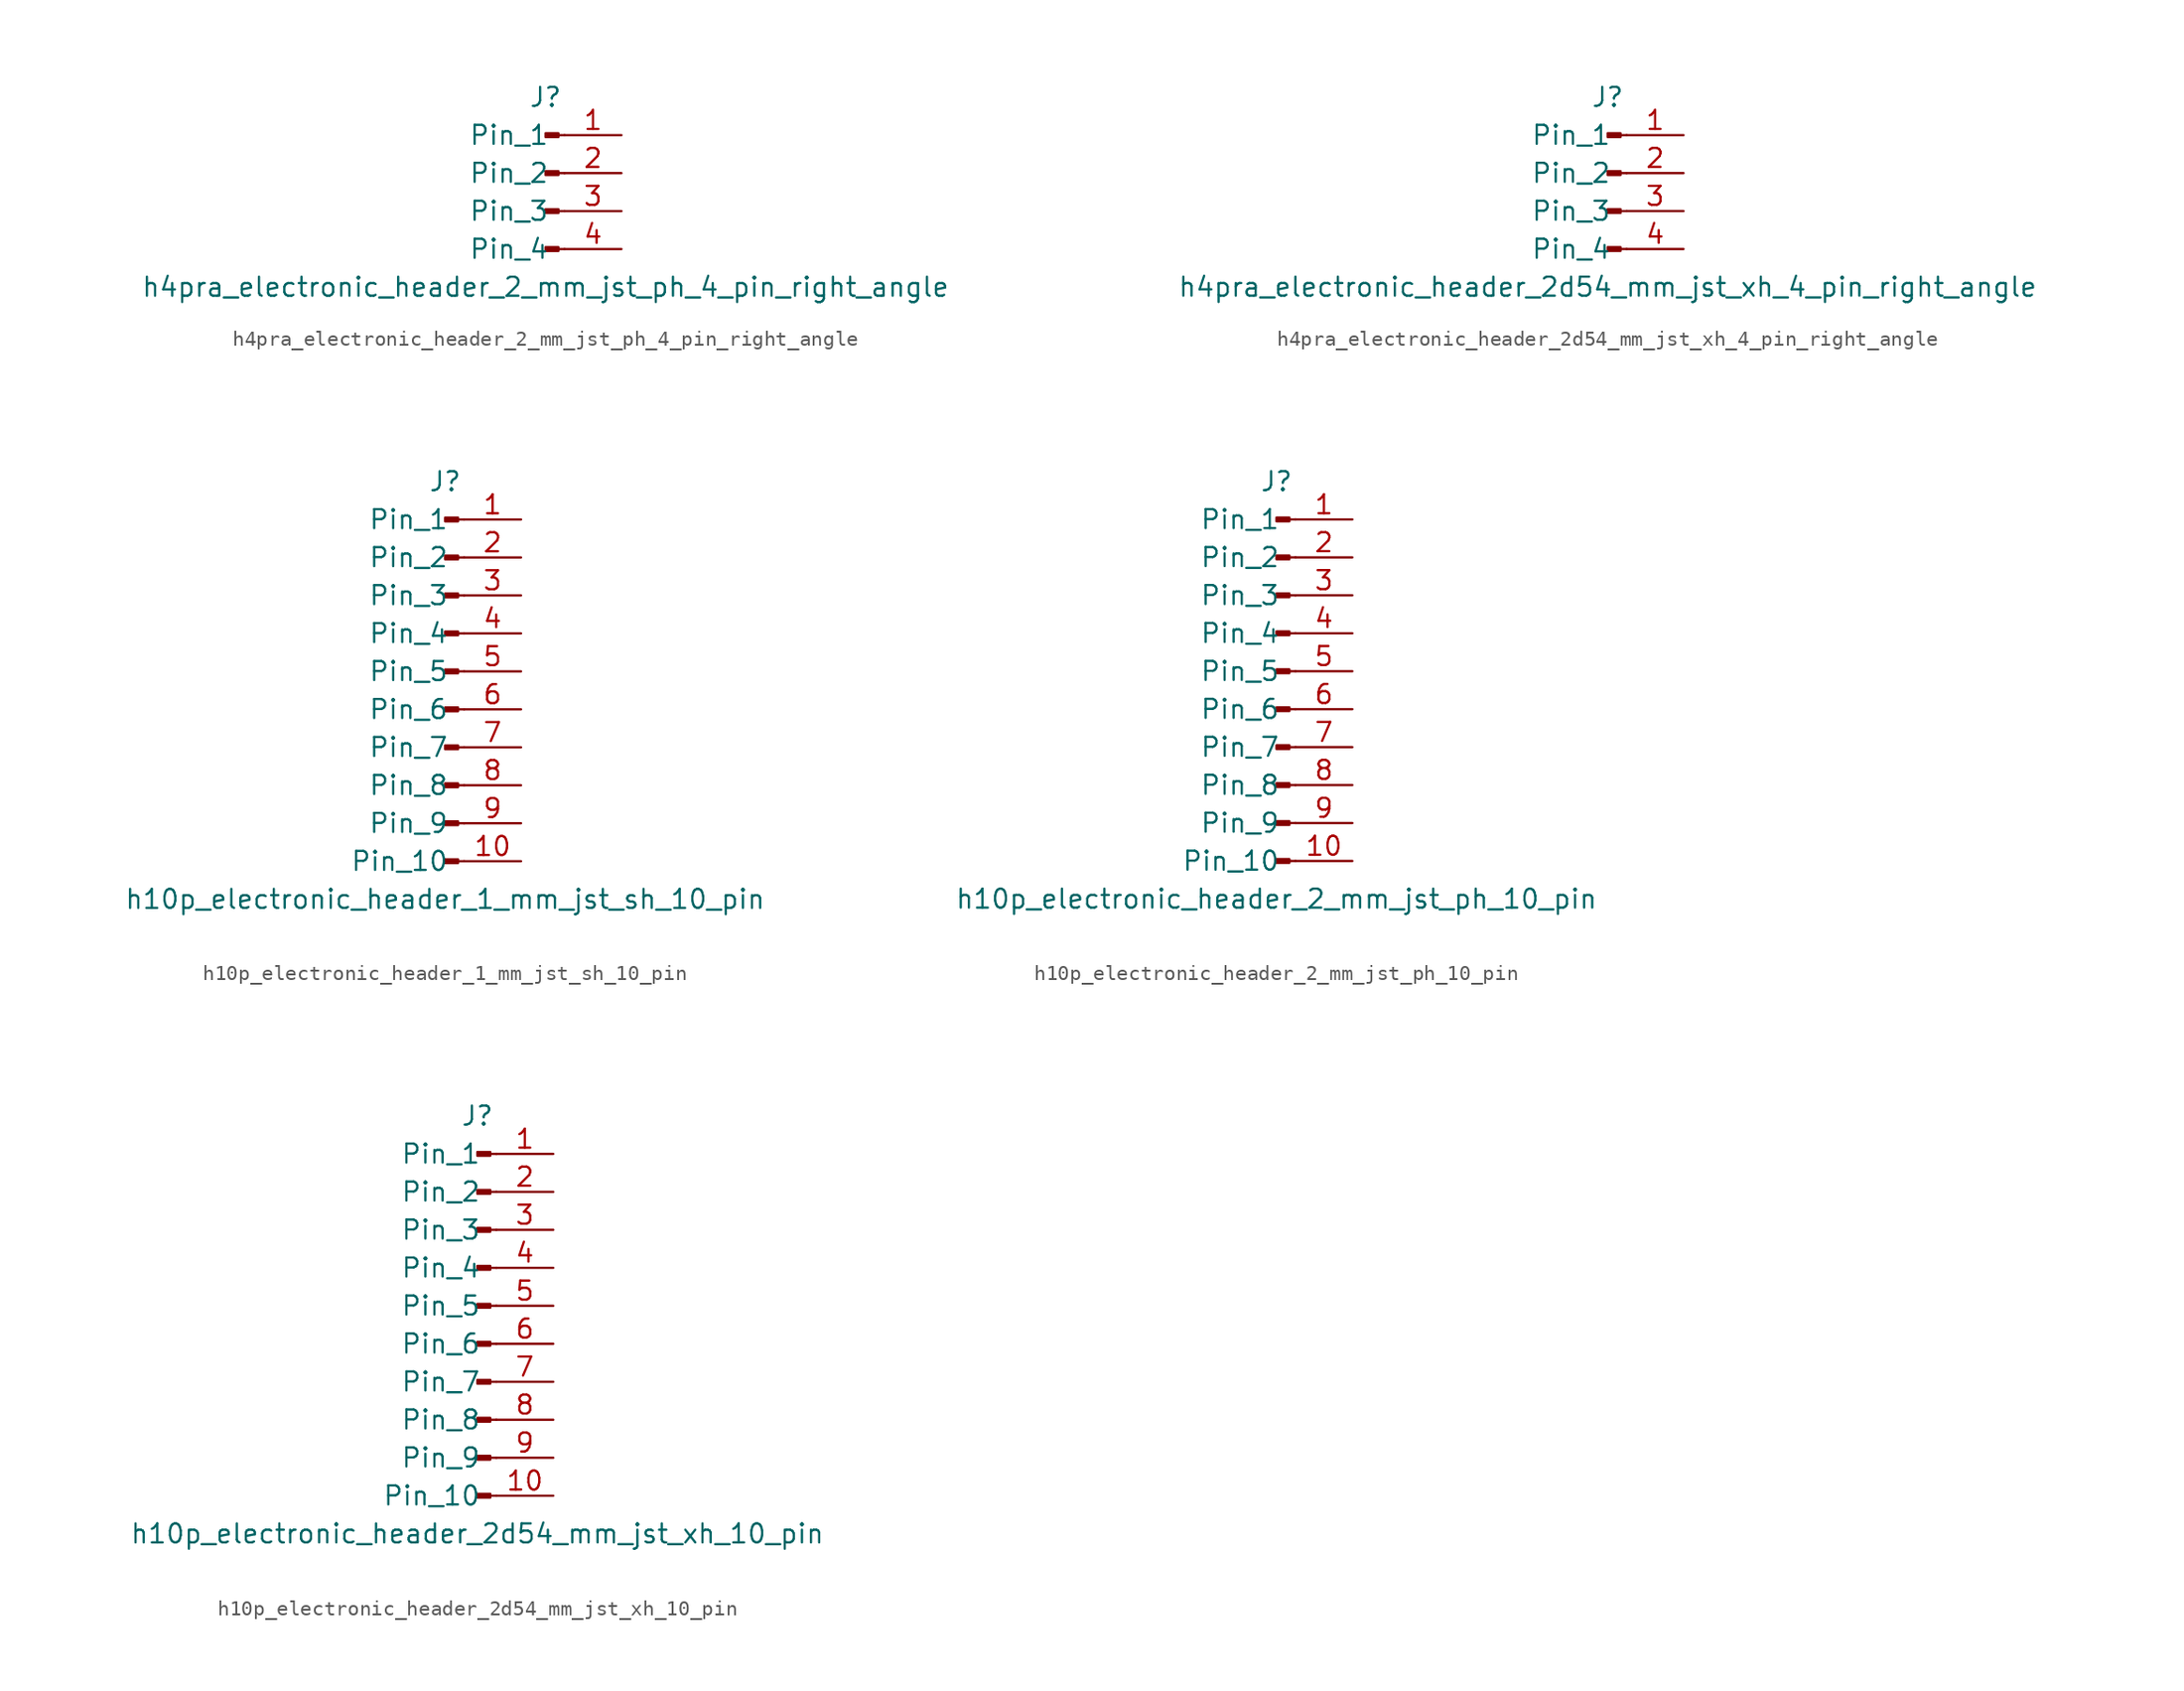
<source format=kicad_sym>
(kicad_symbol_lib
  (version 20220914)
  (generator kicad_symbol_editor)
  (symbol "h4pra_electronic_header_2_mm_jst_ph_4_pin_right_angle"
    (pin_names
      (offset 1.016))
    (property "Reference" "J"
      (at 0 5.08 0)
      (effects (font (size 1.27 1.27))))
    (property "Value" "h4pra_electronic_header_2_mm_jst_ph_4_pin_right_angle"
      (at 0 -7.62 0)
      (effects (font (size 1.27 1.27))))
    (property "ki_locked" ""
      (at 0 0 0)
      (effects (font (size 1.27 1.27))))
    (symbol "h4pra_electronic_header_2_mm_jst_ph_4_pin_right_angle_1_1"
      (polyline (pts (xy 1.27 -5.08) (xy 0.864 -5.08)) (stroke (width 0.152) (type default)) (fill (type none)))
      (polyline (pts (xy 1.27 -2.54) (xy 0.864 -2.54)) (stroke (width 0.152) (type default)) (fill (type none)))
      (polyline (pts (xy 1.27 0) (xy 0.864 0)) (stroke (width 0.152) (type default)) (fill (type none)))
      (polyline (pts (xy 1.27 2.54) (xy 0.864 2.54)) (stroke (width 0.152) (type default)) (fill (type none)))
      (rectangle (start 0.864 -4.953) (end 0 -5.207) (stroke (width 0.152) (type default)) (fill (type outline)))
      (rectangle (start 0.864 -2.413) (end 0 -2.667) (stroke (width 0.152) (type default)) (fill (type outline)))
      (rectangle (start 0.864 0.127) (end 0 -0.127) (stroke (width 0.152) (type default)) (fill (type outline)))
      (rectangle (start 0.864 2.667) (end 0 2.413) (stroke (width 0.152) (type default)) (fill (type outline)))
      (pin passive line (at 5.08 2.54 180) (length 3.81) (name "Pin_1" (effects (font (size 1.27 1.27)))) (number "1" (effects (font (size 1.27 1.27)))))
      (pin passive line (at 5.08 0 180) (length 3.81) (name "Pin_2" (effects (font (size 1.27 1.27)))) (number "2" (effects (font (size 1.27 1.27)))))
      (pin passive line (at 5.08 -2.54 180) (length 3.81) (name "Pin_3" (effects (font (size 1.27 1.27)))) (number "3" (effects (font (size 1.27 1.27)))))
      (pin passive line (at 5.08 -5.08 180) (length 3.81) (name "Pin_4" (effects (font (size 1.27 1.27)))) (number "4" (effects (font (size 1.27 1.27)))))))
  (symbol "h4pra_electronic_header_2d54_mm_jst_xh_4_pin_right_angle"
    (pin_names
      (offset 1.016))
    (property "Reference" "J"
      (at 0 5.08 0)
      (effects (font (size 1.27 1.27))))
    (property "Value" "h4pra_electronic_header_2d54_mm_jst_xh_4_pin_right_angle"
      (at 0 -7.62 0)
      (effects (font (size 1.27 1.27))))
    (property "ki_locked" ""
      (at 0 0 0)
      (effects (font (size 1.27 1.27))))
    (symbol "h4pra_electronic_header_2d54_mm_jst_xh_4_pin_right_angle_1_1"
      (polyline (pts (xy 1.27 -5.08) (xy 0.864 -5.08)) (stroke (width 0.152) (type default)) (fill (type none)))
      (polyline (pts (xy 1.27 -2.54) (xy 0.864 -2.54)) (stroke (width 0.152) (type default)) (fill (type none)))
      (polyline (pts (xy 1.27 0) (xy 0.864 0)) (stroke (width 0.152) (type default)) (fill (type none)))
      (polyline (pts (xy 1.27 2.54) (xy 0.864 2.54)) (stroke (width 0.152) (type default)) (fill (type none)))
      (rectangle (start 0.864 -4.953) (end 0 -5.207) (stroke (width 0.152) (type default)) (fill (type outline)))
      (rectangle (start 0.864 -2.413) (end 0 -2.667) (stroke (width 0.152) (type default)) (fill (type outline)))
      (rectangle (start 0.864 0.127) (end 0 -0.127) (stroke (width 0.152) (type default)) (fill (type outline)))
      (rectangle (start 0.864 2.667) (end 0 2.413) (stroke (width 0.152) (type default)) (fill (type outline)))
      (pin passive line (at 5.08 2.54 180) (length 3.81) (name "Pin_1" (effects (font (size 1.27 1.27)))) (number "1" (effects (font (size 1.27 1.27)))))
      (pin passive line (at 5.08 0 180) (length 3.81) (name "Pin_2" (effects (font (size 1.27 1.27)))) (number "2" (effects (font (size 1.27 1.27)))))
      (pin passive line (at 5.08 -2.54 180) (length 3.81) (name "Pin_3" (effects (font (size 1.27 1.27)))) (number "3" (effects (font (size 1.27 1.27)))))
      (pin passive line (at 5.08 -5.08 180) (length 3.81) (name "Pin_4" (effects (font (size 1.27 1.27)))) (number "4" (effects (font (size 1.27 1.27)))))))
  (symbol "h10p_electronic_header_1_mm_jst_sh_10_pin"
    (pin_names
      (offset 1.016))
    (property "Reference" "J"
      (at 0 12.7 0)
      (effects (font (size 1.27 1.27))))
    (property "Value" "h10p_electronic_header_1_mm_jst_sh_10_pin"
      (at 0 -15.24 0)
      (effects (font (size 1.27 1.27))))
    (property "ki_locked" ""
      (at 0 0 0)
      (effects (font (size 1.27 1.27))))
    (symbol "h10p_electronic_header_1_mm_jst_sh_10_pin_1_1"
      (polyline (pts (xy 1.27 -12.7) (xy 0.864 -12.7)) (stroke (width 0.152) (type default)) (fill (type none)))
      (polyline (pts (xy 1.27 -10.16) (xy 0.864 -10.16)) (stroke (width 0.152) (type default)) (fill (type none)))
      (polyline (pts (xy 1.27 -7.62) (xy 0.864 -7.62)) (stroke (width 0.152) (type default)) (fill (type none)))
      (polyline (pts (xy 1.27 -5.08) (xy 0.864 -5.08)) (stroke (width 0.152) (type default)) (fill (type none)))
      (polyline (pts (xy 1.27 -2.54) (xy 0.864 -2.54)) (stroke (width 0.152) (type default)) (fill (type none)))
      (polyline (pts (xy 1.27 0) (xy 0.864 0)) (stroke (width 0.152) (type default)) (fill (type none)))
      (polyline (pts (xy 1.27 2.54) (xy 0.864 2.54)) (stroke (width 0.152) (type default)) (fill (type none)))
      (polyline (pts (xy 1.27 5.08) (xy 0.864 5.08)) (stroke (width 0.152) (type default)) (fill (type none)))
      (polyline (pts (xy 1.27 7.62) (xy 0.864 7.62)) (stroke (width 0.152) (type default)) (fill (type none)))
      (polyline (pts (xy 1.27 10.16) (xy 0.864 10.16)) (stroke (width 0.152) (type default)) (fill (type none)))
      (rectangle (start 0.864 -12.573) (end 0 -12.827) (stroke (width 0.152) (type default)) (fill (type outline)))
      (rectangle (start 0.864 -10.033) (end 0 -10.287) (stroke (width 0.152) (type default)) (fill (type outline)))
      (rectangle (start 0.864 -7.493) (end 0 -7.747) (stroke (width 0.152) (type default)) (fill (type outline)))
      (rectangle (start 0.864 -4.953) (end 0 -5.207) (stroke (width 0.152) (type default)) (fill (type outline)))
      (rectangle (start 0.864 -2.413) (end 0 -2.667) (stroke (width 0.152) (type default)) (fill (type outline)))
      (rectangle (start 0.864 0.127) (end 0 -0.127) (stroke (width 0.152) (type default)) (fill (type outline)))
      (rectangle (start 0.864 2.667) (end 0 2.413) (stroke (width 0.152) (type default)) (fill (type outline)))
      (rectangle (start 0.864 5.207) (end 0 4.953) (stroke (width 0.152) (type default)) (fill (type outline)))
      (rectangle (start 0.864 7.747) (end 0 7.493) (stroke (width 0.152) (type default)) (fill (type outline)))
      (rectangle (start 0.864 10.287) (end 0 10.033) (stroke (width 0.152) (type default)) (fill (type outline)))
      (pin passive line (at 5.08 10.16 180) (length 3.81) (name "Pin_1" (effects (font (size 1.27 1.27)))) (number "1" (effects (font (size 1.27 1.27)))))
      (pin passive line (at 5.08 -12.7 180) (length 3.81) (name "Pin_10" (effects (font (size 1.27 1.27)))) (number "10" (effects (font (size 1.27 1.27)))))
      (pin passive line (at 5.08 7.62 180) (length 3.81) (name "Pin_2" (effects (font (size 1.27 1.27)))) (number "2" (effects (font (size 1.27 1.27)))))
      (pin passive line (at 5.08 5.08 180) (length 3.81) (name "Pin_3" (effects (font (size 1.27 1.27)))) (number "3" (effects (font (size 1.27 1.27)))))
      (pin passive line (at 5.08 2.54 180) (length 3.81) (name "Pin_4" (effects (font (size 1.27 1.27)))) (number "4" (effects (font (size 1.27 1.27)))))
      (pin passive line (at 5.08 0 180) (length 3.81) (name "Pin_5" (effects (font (size 1.27 1.27)))) (number "5" (effects (font (size 1.27 1.27)))))
      (pin passive line (at 5.08 -2.54 180) (length 3.81) (name "Pin_6" (effects (font (size 1.27 1.27)))) (number "6" (effects (font (size 1.27 1.27)))))
      (pin passive line (at 5.08 -5.08 180) (length 3.81) (name "Pin_7" (effects (font (size 1.27 1.27)))) (number "7" (effects (font (size 1.27 1.27)))))
      (pin passive line (at 5.08 -7.62 180) (length 3.81) (name "Pin_8" (effects (font (size 1.27 1.27)))) (number "8" (effects (font (size 1.27 1.27)))))
      (pin passive line (at 5.08 -10.16 180) (length 3.81) (name "Pin_9" (effects (font (size 1.27 1.27)))) (number "9" (effects (font (size 1.27 1.27)))))))
  (symbol "h10p_electronic_header_2_mm_jst_ph_10_pin"
    (pin_names
      (offset 1.016))
    (property "Reference" "J"
      (at 0 12.7 0)
      (effects (font (size 1.27 1.27))))
    (property "Value" "h10p_electronic_header_2_mm_jst_ph_10_pin"
      (at 0 -15.24 0)
      (effects (font (size 1.27 1.27))))
    (property "ki_locked" ""
      (at 0 0 0)
      (effects (font (size 1.27 1.27))))
    (symbol "h10p_electronic_header_2_mm_jst_ph_10_pin_1_1"
      (polyline (pts (xy 1.27 -12.7) (xy 0.864 -12.7)) (stroke (width 0.152) (type default)) (fill (type none)))
      (polyline (pts (xy 1.27 -10.16) (xy 0.864 -10.16)) (stroke (width 0.152) (type default)) (fill (type none)))
      (polyline (pts (xy 1.27 -7.62) (xy 0.864 -7.62)) (stroke (width 0.152) (type default)) (fill (type none)))
      (polyline (pts (xy 1.27 -5.08) (xy 0.864 -5.08)) (stroke (width 0.152) (type default)) (fill (type none)))
      (polyline (pts (xy 1.27 -2.54) (xy 0.864 -2.54)) (stroke (width 0.152) (type default)) (fill (type none)))
      (polyline (pts (xy 1.27 0) (xy 0.864 0)) (stroke (width 0.152) (type default)) (fill (type none)))
      (polyline (pts (xy 1.27 2.54) (xy 0.864 2.54)) (stroke (width 0.152) (type default)) (fill (type none)))
      (polyline (pts (xy 1.27 5.08) (xy 0.864 5.08)) (stroke (width 0.152) (type default)) (fill (type none)))
      (polyline (pts (xy 1.27 7.62) (xy 0.864 7.62)) (stroke (width 0.152) (type default)) (fill (type none)))
      (polyline (pts (xy 1.27 10.16) (xy 0.864 10.16)) (stroke (width 0.152) (type default)) (fill (type none)))
      (rectangle (start 0.864 -12.573) (end 0 -12.827) (stroke (width 0.152) (type default)) (fill (type outline)))
      (rectangle (start 0.864 -10.033) (end 0 -10.287) (stroke (width 0.152) (type default)) (fill (type outline)))
      (rectangle (start 0.864 -7.493) (end 0 -7.747) (stroke (width 0.152) (type default)) (fill (type outline)))
      (rectangle (start 0.864 -4.953) (end 0 -5.207) (stroke (width 0.152) (type default)) (fill (type outline)))
      (rectangle (start 0.864 -2.413) (end 0 -2.667) (stroke (width 0.152) (type default)) (fill (type outline)))
      (rectangle (start 0.864 0.127) (end 0 -0.127) (stroke (width 0.152) (type default)) (fill (type outline)))
      (rectangle (start 0.864 2.667) (end 0 2.413) (stroke (width 0.152) (type default)) (fill (type outline)))
      (rectangle (start 0.864 5.207) (end 0 4.953) (stroke (width 0.152) (type default)) (fill (type outline)))
      (rectangle (start 0.864 7.747) (end 0 7.493) (stroke (width 0.152) (type default)) (fill (type outline)))
      (rectangle (start 0.864 10.287) (end 0 10.033) (stroke (width 0.152) (type default)) (fill (type outline)))
      (pin passive line (at 5.08 10.16 180) (length 3.81) (name "Pin_1" (effects (font (size 1.27 1.27)))) (number "1" (effects (font (size 1.27 1.27)))))
      (pin passive line (at 5.08 -12.7 180) (length 3.81) (name "Pin_10" (effects (font (size 1.27 1.27)))) (number "10" (effects (font (size 1.27 1.27)))))
      (pin passive line (at 5.08 7.62 180) (length 3.81) (name "Pin_2" (effects (font (size 1.27 1.27)))) (number "2" (effects (font (size 1.27 1.27)))))
      (pin passive line (at 5.08 5.08 180) (length 3.81) (name "Pin_3" (effects (font (size 1.27 1.27)))) (number "3" (effects (font (size 1.27 1.27)))))
      (pin passive line (at 5.08 2.54 180) (length 3.81) (name "Pin_4" (effects (font (size 1.27 1.27)))) (number "4" (effects (font (size 1.27 1.27)))))
      (pin passive line (at 5.08 0 180) (length 3.81) (name "Pin_5" (effects (font (size 1.27 1.27)))) (number "5" (effects (font (size 1.27 1.27)))))
      (pin passive line (at 5.08 -2.54 180) (length 3.81) (name "Pin_6" (effects (font (size 1.27 1.27)))) (number "6" (effects (font (size 1.27 1.27)))))
      (pin passive line (at 5.08 -5.08 180) (length 3.81) (name "Pin_7" (effects (font (size 1.27 1.27)))) (number "7" (effects (font (size 1.27 1.27)))))
      (pin passive line (at 5.08 -7.62 180) (length 3.81) (name "Pin_8" (effects (font (size 1.27 1.27)))) (number "8" (effects (font (size 1.27 1.27)))))
      (pin passive line (at 5.08 -10.16 180) (length 3.81) (name "Pin_9" (effects (font (size 1.27 1.27)))) (number "9" (effects (font (size 1.27 1.27)))))))
  (symbol "h10p_electronic_header_2d54_mm_jst_xh_10_pin"
    (pin_names
      (offset 1.016))
    (property "Reference" "J"
      (at 0 12.7 0)
      (effects (font (size 1.27 1.27))))
    (property "Value" "h10p_electronic_header_2d54_mm_jst_xh_10_pin"
      (at 0 -15.24 0)
      (effects (font (size 1.27 1.27))))
    (property "ki_locked" ""
      (at 0 0 0)
      (effects (font (size 1.27 1.27))))
    (symbol "h10p_electronic_header_2d54_mm_jst_xh_10_pin_1_1"
      (polyline (pts (xy 1.27 -12.7) (xy 0.864 -12.7)) (stroke (width 0.152) (type default)) (fill (type none)))
      (polyline (pts (xy 1.27 -10.16) (xy 0.864 -10.16)) (stroke (width 0.152) (type default)) (fill (type none)))
      (polyline (pts (xy 1.27 -7.62) (xy 0.864 -7.62)) (stroke (width 0.152) (type default)) (fill (type none)))
      (polyline (pts (xy 1.27 -5.08) (xy 0.864 -5.08)) (stroke (width 0.152) (type default)) (fill (type none)))
      (polyline (pts (xy 1.27 -2.54) (xy 0.864 -2.54)) (stroke (width 0.152) (type default)) (fill (type none)))
      (polyline (pts (xy 1.27 0) (xy 0.864 0)) (stroke (width 0.152) (type default)) (fill (type none)))
      (polyline (pts (xy 1.27 2.54) (xy 0.864 2.54)) (stroke (width 0.152) (type default)) (fill (type none)))
      (polyline (pts (xy 1.27 5.08) (xy 0.864 5.08)) (stroke (width 0.152) (type default)) (fill (type none)))
      (polyline (pts (xy 1.27 7.62) (xy 0.864 7.62)) (stroke (width 0.152) (type default)) (fill (type none)))
      (polyline (pts (xy 1.27 10.16) (xy 0.864 10.16)) (stroke (width 0.152) (type default)) (fill (type none)))
      (rectangle (start 0.864 -12.573) (end 0 -12.827) (stroke (width 0.152) (type default)) (fill (type outline)))
      (rectangle (start 0.864 -10.033) (end 0 -10.287) (stroke (width 0.152) (type default)) (fill (type outline)))
      (rectangle (start 0.864 -7.493) (end 0 -7.747) (stroke (width 0.152) (type default)) (fill (type outline)))
      (rectangle (start 0.864 -4.953) (end 0 -5.207) (stroke (width 0.152) (type default)) (fill (type outline)))
      (rectangle (start 0.864 -2.413) (end 0 -2.667) (stroke (width 0.152) (type default)) (fill (type outline)))
      (rectangle (start 0.864 0.127) (end 0 -0.127) (stroke (width 0.152) (type default)) (fill (type outline)))
      (rectangle (start 0.864 2.667) (end 0 2.413) (stroke (width 0.152) (type default)) (fill (type outline)))
      (rectangle (start 0.864 5.207) (end 0 4.953) (stroke (width 0.152) (type default)) (fill (type outline)))
      (rectangle (start 0.864 7.747) (end 0 7.493) (stroke (width 0.152) (type default)) (fill (type outline)))
      (rectangle (start 0.864 10.287) (end 0 10.033) (stroke (width 0.152) (type default)) (fill (type outline)))
      (pin passive line (at 5.08 10.16 180) (length 3.81) (name "Pin_1" (effects (font (size 1.27 1.27)))) (number "1" (effects (font (size 1.27 1.27)))))
      (pin passive line (at 5.08 -12.7 180) (length 3.81) (name "Pin_10" (effects (font (size 1.27 1.27)))) (number "10" (effects (font (size 1.27 1.27)))))
      (pin passive line (at 5.08 7.62 180) (length 3.81) (name "Pin_2" (effects (font (size 1.27 1.27)))) (number "2" (effects (font (size 1.27 1.27)))))
      (pin passive line (at 5.08 5.08 180) (length 3.81) (name "Pin_3" (effects (font (size 1.27 1.27)))) (number "3" (effects (font (size 1.27 1.27)))))
      (pin passive line (at 5.08 2.54 180) (length 3.81) (name "Pin_4" (effects (font (size 1.27 1.27)))) (number "4" (effects (font (size 1.27 1.27)))))
      (pin passive line (at 5.08 0 180) (length 3.81) (name "Pin_5" (effects (font (size 1.27 1.27)))) (number "5" (effects (font (size 1.27 1.27)))))
      (pin passive line (at 5.08 -2.54 180) (length 3.81) (name "Pin_6" (effects (font (size 1.27 1.27)))) (number "6" (effects (font (size 1.27 1.27)))))
      (pin passive line (at 5.08 -5.08 180) (length 3.81) (name "Pin_7" (effects (font (size 1.27 1.27)))) (number "7" (effects (font (size 1.27 1.27)))))
      (pin passive line (at 5.08 -7.62 180) (length 3.81) (name "Pin_8" (effects (font (size 1.27 1.27)))) (number "8" (effects (font (size 1.27 1.27)))))
      (pin passive line (at 5.08 -10.16 180) (length 3.81) (name "Pin_9" (effects (font (size 1.27 1.27)))) (number "9" (effects (font (size 1.27 1.27))))))))
</source>
